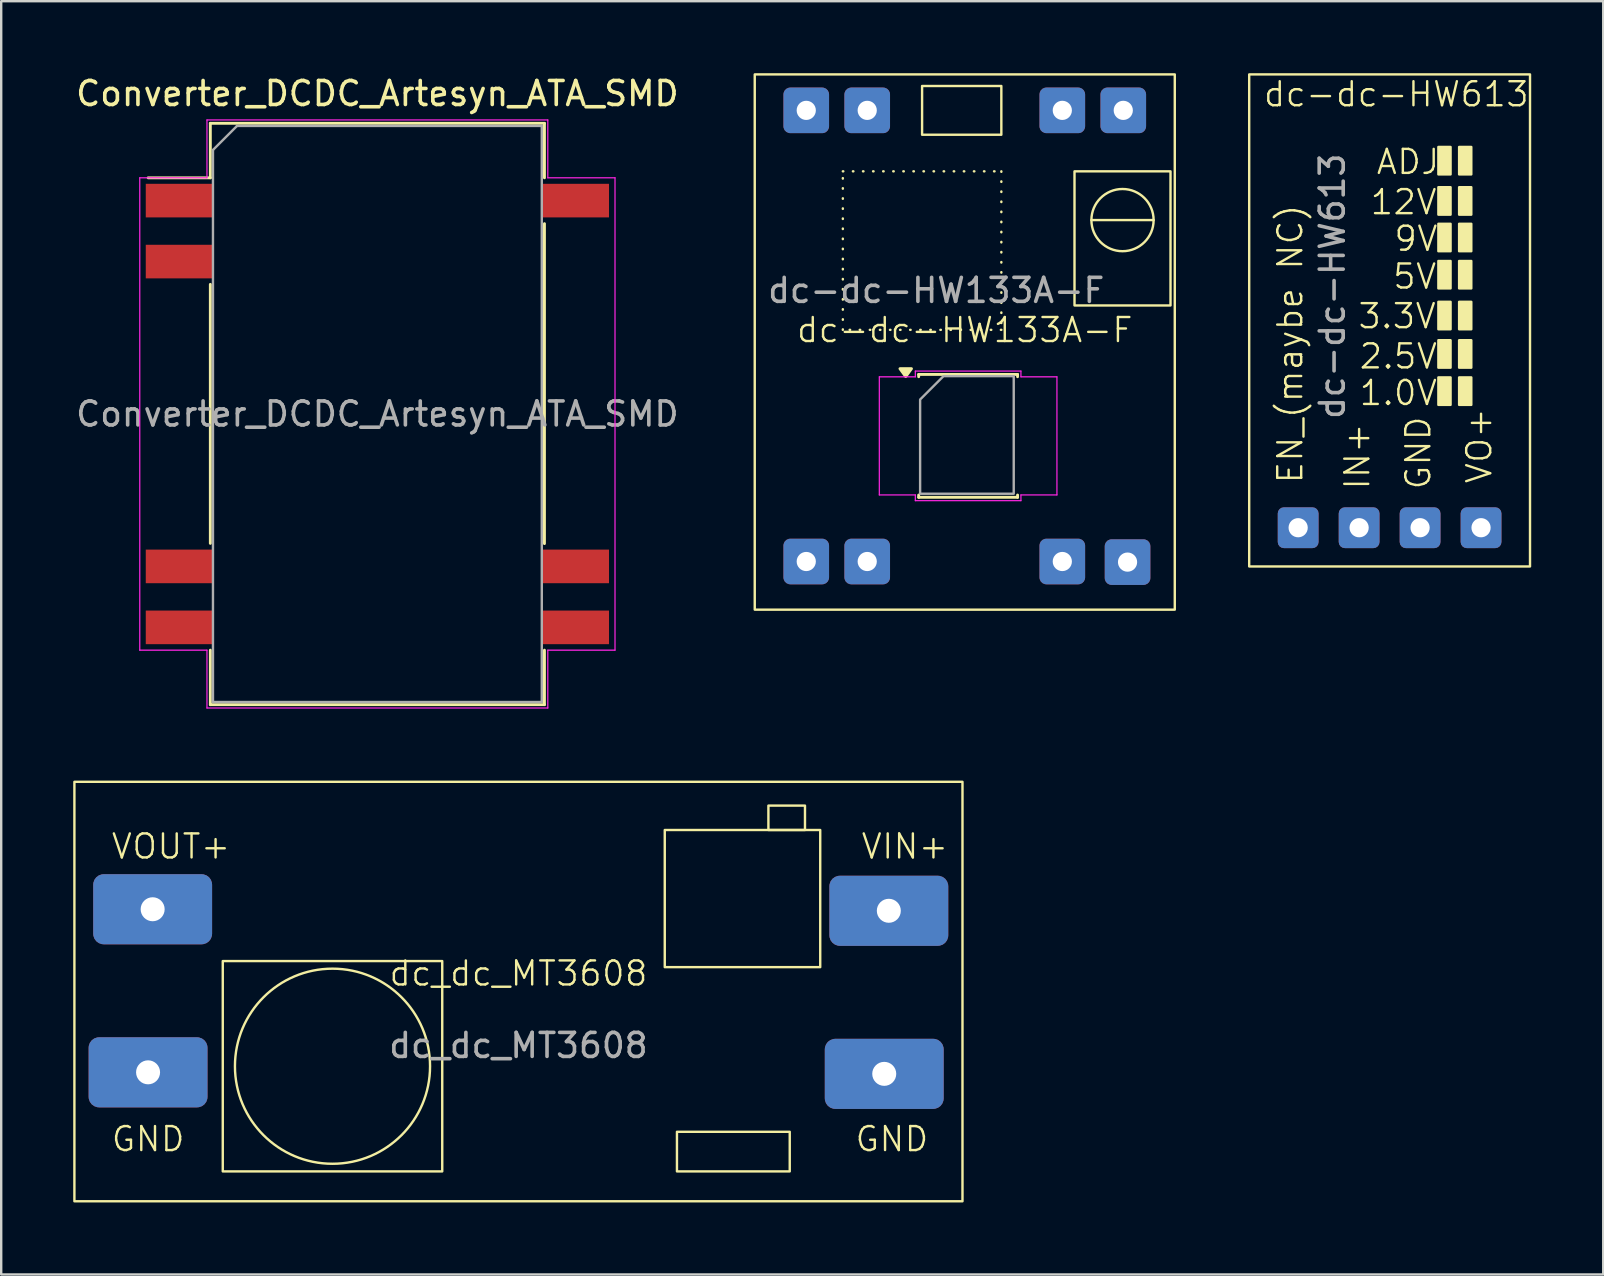
<source format=kicad_pcb>
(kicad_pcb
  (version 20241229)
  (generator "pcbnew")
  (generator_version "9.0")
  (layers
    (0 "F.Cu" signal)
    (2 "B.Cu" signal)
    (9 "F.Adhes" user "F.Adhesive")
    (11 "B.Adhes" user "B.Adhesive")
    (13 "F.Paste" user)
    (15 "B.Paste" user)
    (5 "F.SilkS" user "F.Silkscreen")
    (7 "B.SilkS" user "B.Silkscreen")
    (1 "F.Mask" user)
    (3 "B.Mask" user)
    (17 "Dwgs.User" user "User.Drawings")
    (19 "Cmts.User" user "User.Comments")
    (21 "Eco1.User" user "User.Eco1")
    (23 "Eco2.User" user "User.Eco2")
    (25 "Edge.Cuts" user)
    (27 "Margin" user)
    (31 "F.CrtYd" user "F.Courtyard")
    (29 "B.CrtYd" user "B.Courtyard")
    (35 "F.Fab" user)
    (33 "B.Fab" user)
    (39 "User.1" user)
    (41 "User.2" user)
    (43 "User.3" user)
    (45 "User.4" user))
  (footprint "Converter_DCDC_Artesyn_ATA_SMD"
    (layer "F.Cu")
    (at 12.673 14.198)
    (property "Reference" "Converter_DCDC_Artesyn_ATA_SMD" (at 0 -13.35 0) (layer "F.SilkS") (effects (font (size 1 1) (thickness 0.15))))
    (attr smd)
    (fp_line (start -6.96 -12.11) (end -6.96 -9.84) (stroke (width 0.12) (type solid)) (layer "F.SilkS"))
    (fp_line (start -6.96 -9.84) (end -9.55 -9.84) (stroke (width 0.12) (type solid)) (layer "F.SilkS"))
    (fp_line (start -6.96 -5.4) (end -6.96 5.39) (stroke (width 0.12) (type solid)) (layer "F.SilkS"))
    (fp_line (start -6.96 9.84) (end -6.96 12.11) (stroke (width 0.12) (type solid)) (layer "F.SilkS"))
    (fp_line (start 6.96 -12.11) (end -6.96 -12.11) (stroke (width 0.12) (type solid)) (layer "F.SilkS"))
    (fp_line (start 6.96 -12.11) (end 6.96 -9.84) (stroke (width 0.12) (type solid)) (layer "F.SilkS"))
    (fp_line (start 6.96 -7.93) (end 6.96 5.4) (stroke (width 0.12) (type solid)) (layer "F.SilkS"))
    (fp_line (start 6.96 9.84) (end 6.96 12.11) (stroke (width 0.12) (type solid)) (layer "F.SilkS"))
    (fp_line (start 6.96 12.11) (end -6.96 12.11) (stroke (width 0.12) (type solid)) (layer "F.SilkS"))
    (fp_line (start -9.9 -9.84) (end -9.9 9.84) (stroke (width 0.05) (type solid)) (layer "F.CrtYd"))
    (fp_line (start -9.9 -9.84) (end -7.1 -9.84) (stroke (width 0.05) (type solid)) (layer "F.CrtYd"))
    (fp_line (start -9.9 9.84) (end -7.1 9.84) (stroke (width 0.05) (type solid)) (layer "F.CrtYd"))
    (fp_line (start -7.1 -9.84) (end -7.1 -12.25) (stroke (width 0.05) (type solid)) (layer "F.CrtYd"))
    (fp_line (start -7.1 9.84) (end -7.1 12.25) (stroke (width 0.05) (type solid)) (layer "F.CrtYd"))
    (fp_line (start -7.1 12.25) (end 7.1 12.25) (stroke (width 0.05) (type solid)) (layer "F.CrtYd"))
    (fp_line (start 7.1 -12.25) (end -7.1 -12.25) (stroke (width 0.05) (type solid)) (layer "F.CrtYd"))
    (fp_line (start 7.1 -12.25) (end 7.1 -9.84) (stroke (width 0.05) (type solid)) (layer "F.CrtYd"))
    (fp_line (start 7.1 -9.84) (end 9.9 -9.84) (stroke (width 0.05) (type solid)) (layer "F.CrtYd"))
    (fp_line (start 7.1 9.84) (end 7.1 12.25) (stroke (width 0.05) (type solid)) (layer "F.CrtYd"))
    (fp_line (start 9.9 9.84) (end 7.1 9.84) (stroke (width 0.05) (type solid)) (layer "F.CrtYd"))
    (fp_line (start 9.9 9.84) (end 9.9 -9.84) (stroke (width 0.05) (type solid)) (layer "F.CrtYd"))
    (fp_line (start -6.85 -11) (end -6.85 12) (stroke (width 0.1) (type solid)) (layer "F.Fab"))
    (fp_line (start -6.85 -11) (end -5.85 -12) (stroke (width 0.1) (type solid)) (layer "F.Fab"))
    (fp_line (start -6.85 12) (end 6.85 12) (stroke (width 0.1) (type solid)) (layer "F.Fab"))
    (fp_line (start 6.85 -12) (end -5.85 -12) (stroke (width 0.1) (type solid)) (layer "F.Fab"))
    (fp_line (start 6.85 12) (end 6.85 -12) (stroke (width 0.1) (type solid)) (layer "F.Fab"))
    (fp_text user "${REFERENCE}" (at 0 0 0) (layer "F.Fab") (effects (font (size 1 1) (thickness 0.15))))
    (pad "1" smd rect (at -8.25 -8.89) (size 2.8 1.4) (layers "F.Cu" "F.Mask" "F.Paste"))
    (pad "2" smd rect (at -8.25 -6.35) (size 2.8 1.4) (layers "F.Cu" "F.Mask" "F.Paste"))
    (pad "7" smd rect (at -8.25 6.35) (size 2.8 1.4) (layers "F.Cu" "F.Mask" "F.Paste"))
    (pad "8" smd rect (at -8.25 8.89) (size 2.8 1.4) (layers "F.Cu" "F.Mask" "F.Paste"))
    (pad "9" smd rect (at 8.25 8.89) (size 2.8 1.4) (layers "F.Cu" "F.Mask" "F.Paste"))
    (pad "10" smd rect (at 8.25 6.35) (size 2.8 1.4) (layers "F.Cu" "F.Mask" "F.Paste"))
    (pad "16" smd rect (at 8.25 -8.89) (size 2.8 1.4) (layers "F.Cu" "F.Mask" "F.Paste")))
  (footprint "dc_dc_MT3608"
    (layer "F.Cu")
    (at 18.55 38.007)
    (property "Reference" "dc_dc_MT3608" (at 0 -0.5 0) (unlocked yes) (layer "F.SilkS") (effects (font (size 1 1) (thickness 0.1))))
    (attr smd)
    (fp_rect (start -18.5 -8.484) (end 18.5 8.992) (stroke (width 0.1) (type solid)) (fill no) (layer "F.SilkS"))
    (fp_rect (start -12.319 -1.016) (end -3.175 7.747) (stroke (width 0.1) (type default)) (fill no) (layer "F.SilkS"))
    (fp_rect (start 6.096 -6.477) (end 12.573 -0.762) (stroke (width 0.1) (type default)) (fill no) (layer "F.SilkS"))
    (fp_rect (start 6.604 6.096) (end 11.303 7.747) (stroke (width 0.1) (type default)) (fill no) (layer "F.SilkS"))
    (fp_rect (start 10.414 -7.493) (end 11.938 -6.477) (stroke (width 0.1) (type default)) (fill no) (layer "F.SilkS"))
    (fp_circle (center -7.747 3.365) (end -4.191 1.397) (stroke (width 0.1) (type default)) (fill no) (layer "F.SilkS"))
    (fp_text user "GND" (at 13.97 6.985 0) (unlocked yes) (layer "F.SilkS") (effects (font (size 1 1) (thickness 0.1)) (justify left bottom)))
    (fp_text user "VIN+" (at 14.224 -5.207 0) (unlocked yes) (layer "F.SilkS") (effects (font (size 1 1) (thickness 0.1)) (justify left bottom)))
    (fp_text user "VOUT+" (at -17.018 -5.207 0) (unlocked yes) (layer "F.SilkS") (effects (font (size 1 1) (thickness 0.1)) (justify left bottom)))
    (fp_text user "GND" (at -17.018 6.985 0) (unlocked yes) (layer "F.SilkS") (effects (font (size 1 1) (thickness 0.1)) (justify left bottom)))
    (fp_text user "${REFERENCE}" (at 0 2.5 0) (unlocked yes) (layer "F.Fab") (effects (font (size 1 1) (thickness 0.15))))
    (pad "1" thru_hole roundrect (at 15.431 -3.111) (size 4.953 2.921) (drill 1) (layers "*.Cu" "*.Mask") (roundrect_rratio 0.15))
    (pad "2" thru_hole roundrect (at 15.24 3.683) (size 4.953 2.921) (drill 1) (layers "*.Cu" "*.Mask") (roundrect_rratio 0.15))
    (pad "3" thru_hole roundrect (at -15.24 -3.175) (size 4.953 2.921) (drill 1) (layers "*.Cu" "*.Mask") (roundrect_rratio 0.15))
    (pad "4" thru_hole roundrect (at -15.431 3.619) (size 4.953 2.921) (drill 1) (layers "*.Cu" "*.Mask") (roundrect_rratio 0.15)))
  (footprint "dc-dc-HW613"
    (layer "F.Cu")
    (at 54.845 10.325)
    (property "Reference" "dc-dc-HW613" (at 0.279 -9.449 0) (unlocked yes) (layer "F.SilkS") (effects (font (size 1 1) (thickness 0.1))))
    (attr through_hole)
    (fp_rect (start -5.85 -10.275) (end 5.85 10.225) (stroke (width 0.1) (type solid)) (fill no) (layer "F.SilkS"))
    (fp_rect (start 2.032 -7.252) (end 2.54 -6.109) (stroke (width 0.1) (type solid)) (fill yes) (layer "F.SilkS"))
    (fp_rect (start 2.032 -5.575) (end 2.54 -4.432) (stroke (width 0.1) (type solid)) (fill yes) (layer "F.SilkS"))
    (fp_rect (start 2.032 -4.051) (end 2.54 -2.908) (stroke (width 0.1) (type solid)) (fill yes) (layer "F.SilkS"))
    (fp_rect (start 2.032 -2.502) (end 2.54 -1.359) (stroke (width 0.1) (type solid)) (fill yes) (layer "F.SilkS"))
    (fp_rect (start 2.032 -0.8) (end 2.54 0.343) (stroke (width 0.1) (type solid)) (fill yes) (layer "F.SilkS"))
    (fp_rect (start 2.032 0.8) (end 2.54 1.943) (stroke (width 0.1) (type solid)) (fill yes) (layer "F.SilkS"))
    (fp_rect (start 2.032 2.349) (end 2.54 3.493) (stroke (width 0.1) (type solid)) (fill yes) (layer "F.SilkS"))
    (fp_rect (start 2.896 -7.252) (end 3.404 -6.109) (stroke (width 0.1) (type solid)) (fill yes) (layer "F.SilkS"))
    (fp_rect (start 2.896 -5.575) (end 3.404 -4.432) (stroke (width 0.1) (type solid)) (fill yes) (layer "F.SilkS"))
    (fp_rect (start 2.896 -4.051) (end 3.404 -2.908) (stroke (width 0.1) (type solid)) (fill yes) (layer "F.SilkS"))
    (fp_rect (start 2.896 -2.502) (end 3.404 -1.359) (stroke (width 0.1) (type solid)) (fill yes) (layer "F.SilkS"))
    (fp_rect (start 2.896 -0.8) (end 3.404 0.343) (stroke (width 0.1) (type solid)) (fill yes) (layer "F.SilkS"))
    (fp_rect (start 2.896 0.8) (end 3.404 1.943) (stroke (width 0.1) (type solid)) (fill yes) (layer "F.SilkS"))
    (fp_rect (start 2.896 2.349) (end 3.404 3.493) (stroke (width 0.1) (type solid)) (fill yes) (layer "F.SilkS"))
    (fp_text user "EN_(maybe NC)" (at -3.556 6.833 90) (unlocked yes) (layer "F.SilkS") (effects (font (size 1 1) (thickness 0.1)) (justify left bottom)))
    (fp_text user "12V" (at -0.864 -4.369 0) (unlocked yes) (layer "F.SilkS") (effects (font (size 1 1) (thickness 0.1)) (justify left bottom)))
    (fp_text user "GND" (at 1.778 7.087 90) (unlocked yes) (layer "F.SilkS") (effects (font (size 1 1) (thickness 0.1)) (justify left bottom)))
    (fp_text user "VO+" (at 4.318 6.833 90) (unlocked yes) (layer "F.SilkS") (effects (font (size 1 1) (thickness 0.1)) (justify left bottom)))
    (fp_text user "1.0V" (at -1.321 3.581 0) (unlocked yes) (layer "F.SilkS") (effects (font (size 1 1) (thickness 0.1)) (justify left bottom)))
    (fp_text user "3.3V" (at -1.372 0.381 0) (unlocked yes) (layer "F.SilkS") (effects (font (size 1 1) (thickness 0.1)) (justify left bottom)))
    (fp_text user "IN+" (at -0.762 7.087 90) (unlocked yes) (layer "F.SilkS") (effects (font (size 1 1) (thickness 0.1)) (justify left bottom)))
    (fp_text user "2.5V" (at -1.321 2.057 0) (unlocked yes) (layer "F.SilkS") (effects (font (size 1 1) (thickness 0.1)) (justify left bottom)))
    (fp_text user "5V" (at 0.076 -1.27 0) (unlocked yes) (layer "F.SilkS") (effects (font (size 1 1) (thickness 0.1)) (justify left bottom)))
    (fp_text user "ADJ" (at -0.61 -6.045 0) (unlocked yes) (layer "F.SilkS") (effects (font (size 1 1) (thickness 0.1)) (justify left bottom)))
    (fp_text user "9V" (at 0.127 -2.845 0) (unlocked yes) (layer "F.SilkS") (effects (font (size 1 1) (thickness 0.1)) (justify left bottom)))
    (fp_text user "${REFERENCE}" (at -2.388 -1.448 90) (unlocked yes) (layer "F.Fab") (effects (font (size 1 1) (thickness 0.15))))
    (pad "0" thru_hole roundrect (at -3.81 8.611) (size 1.7 1.7) (drill 0.8) (layers "*.Cu" "*.Mask" "Eco1.User") (roundrect_rratio 0.15))
    (pad "1" thru_hole roundrect (at -1.27 8.611) (size 1.7 1.7) (drill 0.8) (layers "*.Cu" "*.Mask" "Eco1.User") (roundrect_rratio 0.15))
    (pad "2" thru_hole roundrect (at 1.27 8.611) (size 1.7 1.7) (drill 0.8) (layers "*.Cu" "*.Mask" "Eco1.User") (roundrect_rratio 0.15))
    (pad "3" thru_hole roundrect (at 3.81 8.611) (size 1.7 1.7) (drill 0.8) (layers "*.Cu" "*.Mask") (roundrect_rratio 0.15)))
  (footprint "dc-dc-HW133A-F"
    (layer "F.Cu")
    (at 37.145 11.2)
    (property "Reference" "dc-dc-HW133A-F" (at 0 -0.5 0) (unlocked yes) (layer "F.SilkS") (effects (font (size 1 1) (thickness 0.1))))
    (attr through_hole)
    (fp_line (start -1.92 1.35) (end 2.2 1.35) (stroke (width 0.12) (type solid)) (layer "F.SilkS"))
    (fp_line (start -1.92 1.445) (end -1.92 1.35) (stroke (width 0.12) (type solid)) (layer "F.SilkS"))
    (fp_line (start -1.92 6.47) (end -1.92 6.375) (stroke (width 0.12) (type solid)) (layer "F.SilkS"))
    (fp_line (start 2.2 1.35) (end 2.2 1.445) (stroke (width 0.12) (type solid)) (layer "F.SilkS"))
    (fp_line (start 2.2 6.375) (end 2.2 6.47) (stroke (width 0.12) (type solid)) (layer "F.SilkS"))
    (fp_line (start 2.2 6.47) (end -1.92 6.47) (stroke (width 0.12) (type solid)) (layer "F.SilkS"))
    (fp_line (start 7.868 -5.08) (end 5.277 -5.08) (stroke (width 0.1) (type default)) (layer "F.SilkS"))
    (fp_rect (start -8.75 -11.15) (end 8.75 11.15) (stroke (width 0.1) (type solid)) (fill no) (layer "F.SilkS"))
    (fp_rect (start -5.08 -7.112) (end 1.524 -0.508) (stroke (width 0.1) (type dot)) (fill no) (layer "F.SilkS"))
    (fp_rect (start -1.778 -10.668) (end 1.524 -8.636) (stroke (width 0.1) (type default)) (fill no) (layer "F.SilkS"))
    (fp_rect (start 4.572 -7.112) (end 8.572 -1.524) (stroke (width 0.1) (type default)) (fill no) (layer "F.SilkS"))
    (fp_circle (center 6.572 -5.08) (end 7.62 -4.318) (stroke (width 0.1) (type default)) (fill no) (layer "F.SilkS"))
    (fp_poly (pts (xy -2.46 1.44) (xy -2.7 1.11) (xy -2.22 1.11)) (stroke (width 0.12) (type solid)) (fill yes) (layer "F.SilkS"))
    (fp_line (start -3.56 1.45) (end -2.06 1.45) (stroke (width 0.05) (type solid)) (layer "F.CrtYd"))
    (fp_line (start -3.56 6.37) (end -3.56 1.45) (stroke (width 0.05) (type solid)) (layer "F.CrtYd"))
    (fp_line (start -2.06 1.21) (end 2.34 1.21) (stroke (width 0.05) (type solid)) (layer "F.CrtYd"))
    (fp_line (start -2.06 1.45) (end -2.06 1.21) (stroke (width 0.05) (type solid)) (layer "F.CrtYd"))
    (fp_line (start -2.06 6.37) (end -3.56 6.37) (stroke (width 0.05) (type solid)) (layer "F.CrtYd"))
    (fp_line (start -2.06 6.61) (end -2.06 6.37) (stroke (width 0.05) (type solid)) (layer "F.CrtYd"))
    (fp_line (start 2.34 1.21) (end 2.34 1.45) (stroke (width 0.05) (type solid)) (layer "F.CrtYd"))
    (fp_line (start 2.34 1.45) (end 3.84 1.45) (stroke (width 0.05) (type solid)) (layer "F.CrtYd"))
    (fp_line (start 2.34 6.37) (end 2.34 6.61) (stroke (width 0.05) (type solid)) (layer "F.CrtYd"))
    (fp_line (start 2.34 6.61) (end -2.06 6.61) (stroke (width 0.05) (type solid)) (layer "F.CrtYd"))
    (fp_line (start 3.84 1.45) (end 3.84 6.37) (stroke (width 0.05) (type solid)) (layer "F.CrtYd"))
    (fp_line (start 3.84 6.37) (end 2.34 6.37) (stroke (width 0.05) (type solid)) (layer "F.CrtYd"))
    (fp_poly (pts (xy -0.885 1.42) (xy 2.04 1.42) (xy 2.04 6.32) (xy -1.86 6.32) (xy -1.86 2.395)) (stroke (width 0.1) (type solid)) (fill no) (layer "F.Fab"))
    (fp_text user "${REFERENCE}" (at -1.19 -2.15 0) (unlocked yes) (layer "F.Fab") (effects (font (size 1 1) (thickness 0.15))))
    (pad "" smd roundrect (at -2.385 1.965) (size 1.95 0.6) (layers "F.Paste") (roundrect_rratio 0.25))
    (pad "" smd roundrect (at -2.385 3.235) (size 1.95 0.6) (layers "F.Paste") (roundrect_rratio 0.25))
    (pad "" smd roundrect (at -2.385 4.505) (size 1.95 0.6) (layers "F.Paste") (roundrect_rratio 0.25))
    (pad "" smd roundrect (at -2.385 5.775) (size 1.95 0.6) (layers "F.Paste") (roundrect_rratio 0.25))
    (pad "" smd rect (at 0.09 3.87) (size 2.29 3) (property pad_prop_heatsink) (layers "F.Paste"))
    (pad "" smd roundrect (at 2.565 1.965) (size 1.95 0.6) (layers "F.Paste") (roundrect_rratio 0.25))
    (pad "" smd roundrect (at 2.565 3.235) (size 1.95 0.6) (layers "F.Paste") (roundrect_rratio 0.25))
    (pad "" smd roundrect (at 2.565 4.505) (size 1.95 0.6) (layers "F.Paste") (roundrect_rratio 0.25))
    (pad "" smd roundrect (at 2.565 5.775) (size 1.95 0.6) (layers "F.Paste") (roundrect_rratio 0.25))
    (pad "1" thru_hole roundrect (at 4.064 9.144) (size 1.9 1.9) (drill 0.8) (layers "*.Cu" "*.Mask") (roundrect_rratio 0.15))
    (pad "1" thru_hole roundrect (at 6.782 9.169) (size 1.9 1.9) (drill 0.8) (layers "*.Cu" "*.Mask") (roundrect_rratio 0.15))
    (pad "2" thru_hole roundrect (at -6.604 9.144) (size 1.9 1.9) (drill 0.8) (layers "*.Cu" "*.Mask") (roundrect_rratio 0.15))
    (pad "2" thru_hole roundrect (at -4.064 9.144) (size 1.9 1.9) (drill 0.8) (layers "*.Cu" "*.Mask") (roundrect_rratio 0.15))
    (pad "3" thru_hole roundrect (at 4.064 -9.652) (size 1.9 1.9) (drill 0.8) (layers "*.Cu" "*.Mask") (roundrect_rratio 0.15))
    (pad "3" thru_hole roundrect (at 6.604 -9.652) (size 1.9 1.9) (drill 0.8) (layers "*.Cu" "*.Mask") (roundrect_rratio 0.15))
    (pad "4" thru_hole roundrect (at -6.604 -9.652) (size 1.9 1.9) (drill 0.8) (layers "*.Cu" "*.Mask") (roundrect_rratio 0.15))
    (pad "4" thru_hole roundrect (at -4.064 -9.652) (size 1.9 1.9) (drill 0.8) (layers "*.Cu" "*.Mask") (roundrect_rratio 0.15)))
  (gr_rect
    (start -3 -3)
    (end 63.745 50.049)
    (stroke (width 0.1) (type default))
    (fill no)
    (layer "Edge.Cuts")))
</source>
